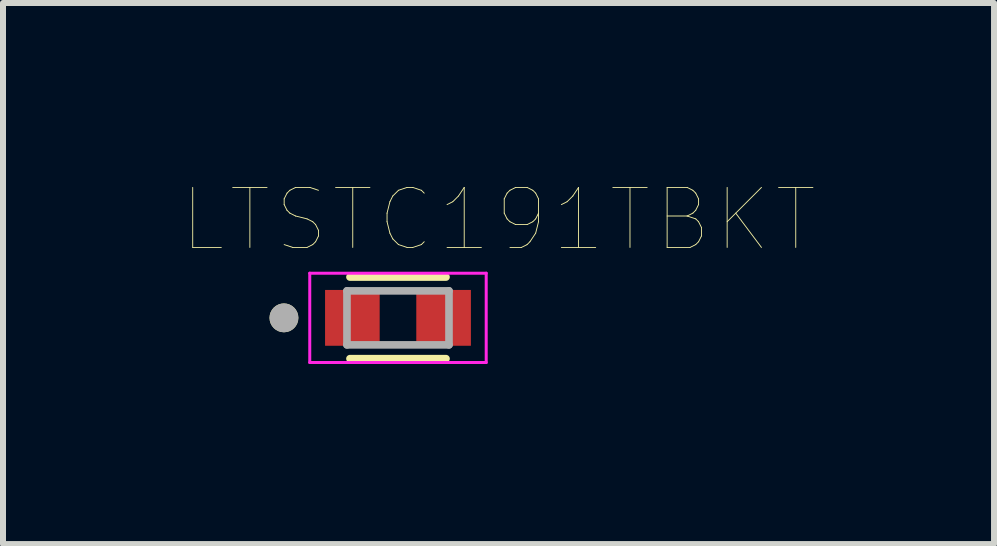
<source format=kicad_pcb>
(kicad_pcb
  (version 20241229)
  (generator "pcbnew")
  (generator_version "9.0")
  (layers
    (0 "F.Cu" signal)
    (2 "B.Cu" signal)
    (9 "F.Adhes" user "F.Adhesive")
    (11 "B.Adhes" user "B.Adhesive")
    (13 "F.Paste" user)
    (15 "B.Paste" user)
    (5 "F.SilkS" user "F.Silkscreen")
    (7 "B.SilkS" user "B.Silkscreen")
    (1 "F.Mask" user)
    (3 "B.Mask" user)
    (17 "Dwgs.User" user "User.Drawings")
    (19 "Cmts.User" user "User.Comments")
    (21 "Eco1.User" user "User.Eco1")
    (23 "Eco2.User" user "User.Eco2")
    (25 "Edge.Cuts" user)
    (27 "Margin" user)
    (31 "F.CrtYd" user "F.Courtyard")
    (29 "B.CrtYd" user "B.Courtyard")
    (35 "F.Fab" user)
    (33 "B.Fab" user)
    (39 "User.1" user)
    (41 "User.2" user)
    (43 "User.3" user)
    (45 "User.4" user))
  (footprint "LTSTC191TBKT"
    (layer "F.Cu")
    (at 3.581 2.246)
    (property "Reference" "LTSTC191TBKT" (at 1.675 -1.635 0) (layer "F.SilkS") (effects (font (size 1 1) (thickness 0.015))))
    (attr through_hole)
    (fp_line (start -0.8 -0.68) (end 0.8 -0.68) (stroke (width 0.127) (type solid)) (layer "F.SilkS"))
    (fp_line (start -0.8 0.68) (end 0.8 0.68) (stroke (width 0.127) (type solid)) (layer "F.SilkS"))
    (fp_circle (center -1.9 0) (end -1.78 0) (stroke (width 0.24) (type solid)) (fill no) (layer "F.SilkS"))
    (fp_line (start -1.47 -0.744) (end 1.47 -0.744) (stroke (width 0.05) (type solid)) (layer "F.CrtYd"))
    (fp_line (start -1.47 0.744) (end -1.47 -0.744) (stroke (width 0.05) (type solid)) (layer "F.CrtYd"))
    (fp_line (start 1.47 -0.744) (end 1.47 0.744) (stroke (width 0.05) (type solid)) (layer "F.CrtYd"))
    (fp_line (start 1.47 0.744) (end -1.47 0.744) (stroke (width 0.05) (type solid)) (layer "F.CrtYd"))
    (fp_line (start -0.85 -0.45) (end -0.85 0.45) (stroke (width 0.127) (type solid)) (layer "F.Fab"))
    (fp_line (start -0.85 -0.45) (end 0.85 -0.45) (stroke (width 0.127) (type solid)) (layer "F.Fab"))
    (fp_line (start -0.85 0.45) (end 0.85 0.45) (stroke (width 0.127) (type solid)) (layer "F.Fab"))
    (fp_line (start 0.85 -0.45) (end 0.85 0.45) (stroke (width 0.127) (type solid)) (layer "F.Fab"))
    (fp_circle (center -1.9 0) (end -1.78 0) (stroke (width 0.24) (type solid)) (fill no) (layer "F.Fab"))
    (pad "A" smd rect (at 0.76 0) (size 0.91 0.93) (layers "F.Cu" "F.Mask" "F.Paste"))
    (pad "C" smd rect (at -0.76 0) (size 0.91 0.93) (layers "F.Cu" "F.Mask" "F.Paste")))
  (gr_rect
    (start -3 -3)
    (end 13.512 6.015)
    (stroke (width 0.1) (type default))
    (fill no)
    (layer "Edge.Cuts")))
</source>
